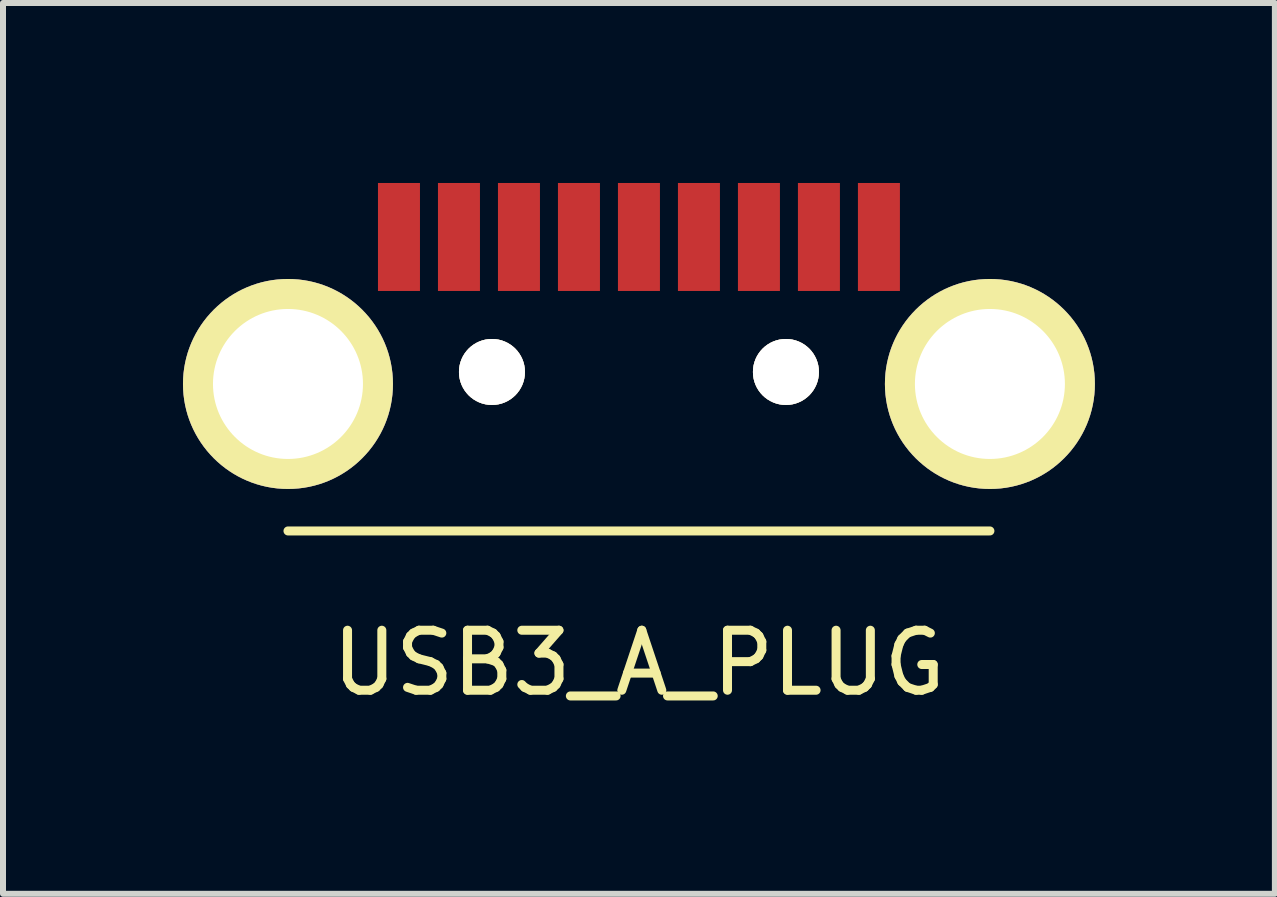
<source format=kicad_pcb>
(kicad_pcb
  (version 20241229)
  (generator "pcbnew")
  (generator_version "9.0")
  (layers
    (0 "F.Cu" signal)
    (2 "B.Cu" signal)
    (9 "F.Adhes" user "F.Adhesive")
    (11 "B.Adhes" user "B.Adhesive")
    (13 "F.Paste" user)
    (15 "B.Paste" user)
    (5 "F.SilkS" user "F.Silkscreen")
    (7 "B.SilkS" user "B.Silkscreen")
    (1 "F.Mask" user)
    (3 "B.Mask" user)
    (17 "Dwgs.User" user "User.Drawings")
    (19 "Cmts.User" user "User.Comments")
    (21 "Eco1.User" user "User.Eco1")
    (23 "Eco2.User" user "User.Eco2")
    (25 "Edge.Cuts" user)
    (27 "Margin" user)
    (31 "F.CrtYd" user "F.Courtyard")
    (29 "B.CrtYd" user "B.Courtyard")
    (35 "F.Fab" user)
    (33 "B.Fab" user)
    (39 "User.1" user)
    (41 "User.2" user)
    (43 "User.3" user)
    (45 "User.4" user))
  (footprint "USB3_A_PLUG"
    (layer "F.Cu")
    (at 7.6 3.15)
    (property "Reference" "USB3_A_PLUG" (at 0 4.85 0) (layer "F.SilkS") (effects (font (size 1 1) (thickness 0.15))))
    (attr through_hole)
    (fp_line (start -5.85 2.65) (end 5.85 2.65) (stroke (width 0.15) (type solid)) (layer "F.SilkS"))
    (pad "" thru_hole circle (at -2.45 0) (size 1.1 1.1) (drill 1.1) (layers "*.Cu" "*.Mask" "F.SilkS"))
    (pad "" thru_hole circle (at 2.45 0) (size 1.1 1.1) (drill 1.1) (layers "*.Cu" "*.Mask" "F.SilkS"))
    (pad "1" smd rect (at 3 -2.25) (size 0.7 1.8) (layers "F.Cu" "F.Mask" "F.Paste"))
    (pad "2" smd rect (at 1 -2.25) (size 0.7 1.8) (layers "F.Cu" "F.Mask" "F.Paste"))
    (pad "3" smd rect (at -1 -2.25) (size 0.7 1.8) (layers "F.Cu" "F.Mask" "F.Paste"))
    (pad "4" smd rect (at -3 -2.25) (size 0.7 1.8) (layers "F.Cu" "F.Mask" "F.Paste"))
    (pad "5" smd rect (at -4 -2.25) (size 0.7 1.8) (layers "F.Cu" "F.Mask" "F.Paste"))
    (pad "6" smd rect (at -2 -2.25) (size 0.7 1.8) (layers "F.Cu" "F.Mask" "F.Paste"))
    (pad "7" smd rect (at 0 -2.25) (size 0.7 1.8) (layers "F.Cu" "F.Mask" "F.Paste"))
    (pad "8" smd rect (at 2 -2.25) (size 0.7 1.8) (layers "F.Cu" "F.Mask" "F.Paste"))
    (pad "9" smd rect (at 4 -2.25) (size 0.7 1.8) (layers "F.Cu" "F.Mask" "F.Paste"))
    (pad "10" thru_hole circle (at -5.85 0.2) (size 3.5 3.5) (drill 2.5) (layers "*.Cu" "*.Mask" "F.SilkS"))
    (pad "10" thru_hole circle (at 5.85 0.2) (size 3.5 3.5) (drill 2.5) (layers "*.Cu" "*.Mask" "F.SilkS")))
  (gr_rect
    (start -3 -3)
    (end 18.2 11.848)
    (stroke (width 0.1) (type default))
    (fill no)
    (layer "Edge.Cuts")))
</source>
